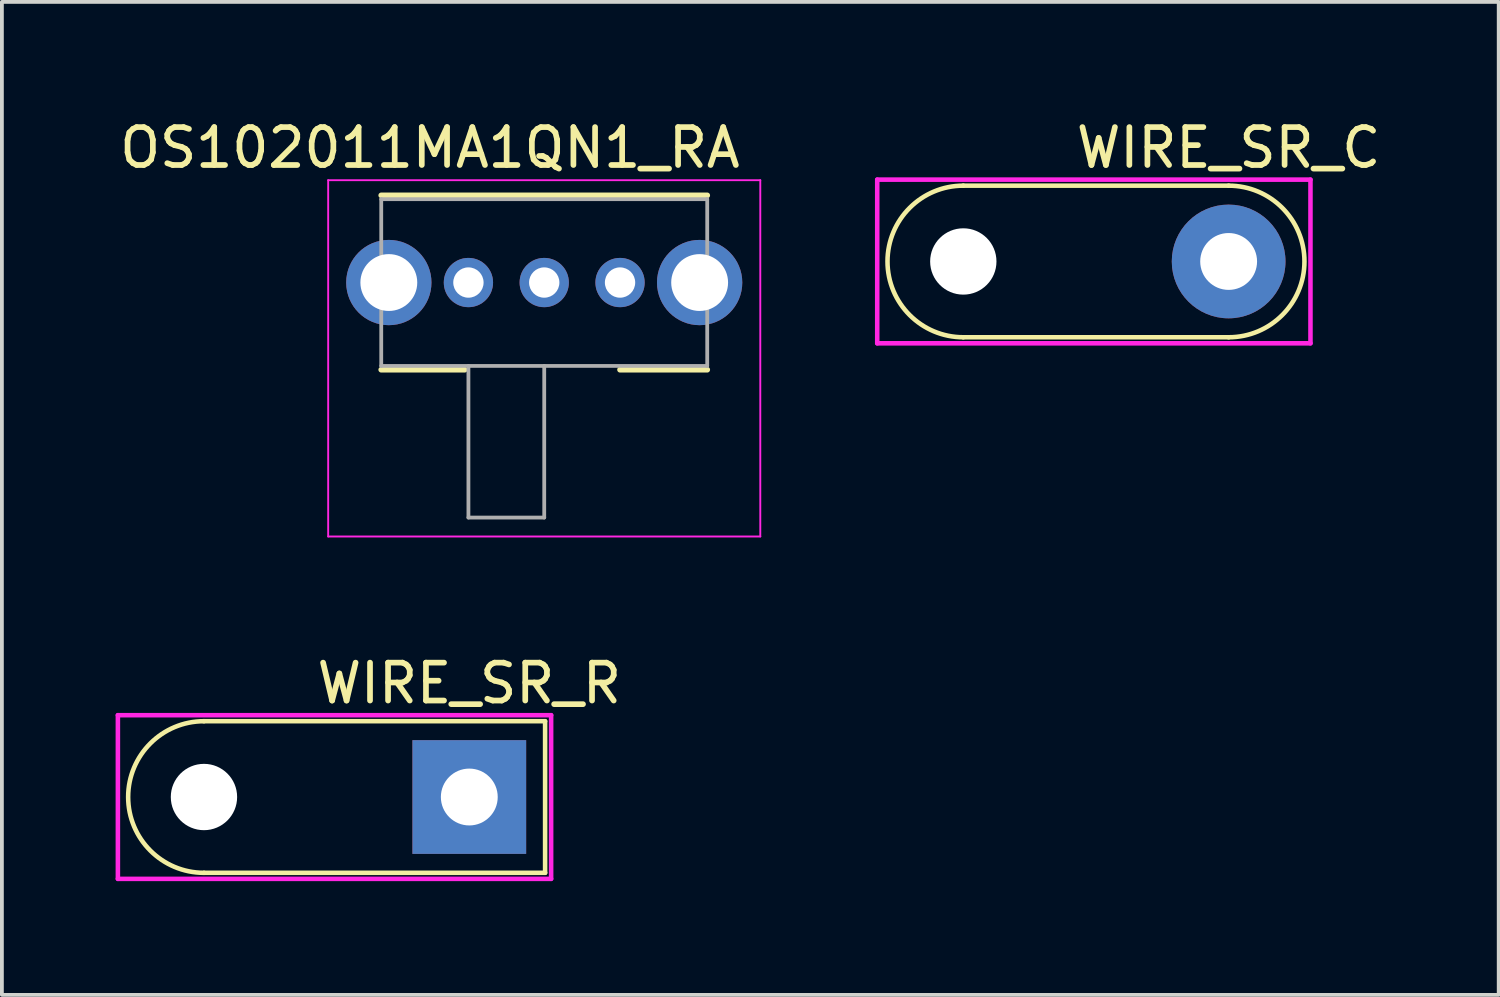
<source format=kicad_pcb>
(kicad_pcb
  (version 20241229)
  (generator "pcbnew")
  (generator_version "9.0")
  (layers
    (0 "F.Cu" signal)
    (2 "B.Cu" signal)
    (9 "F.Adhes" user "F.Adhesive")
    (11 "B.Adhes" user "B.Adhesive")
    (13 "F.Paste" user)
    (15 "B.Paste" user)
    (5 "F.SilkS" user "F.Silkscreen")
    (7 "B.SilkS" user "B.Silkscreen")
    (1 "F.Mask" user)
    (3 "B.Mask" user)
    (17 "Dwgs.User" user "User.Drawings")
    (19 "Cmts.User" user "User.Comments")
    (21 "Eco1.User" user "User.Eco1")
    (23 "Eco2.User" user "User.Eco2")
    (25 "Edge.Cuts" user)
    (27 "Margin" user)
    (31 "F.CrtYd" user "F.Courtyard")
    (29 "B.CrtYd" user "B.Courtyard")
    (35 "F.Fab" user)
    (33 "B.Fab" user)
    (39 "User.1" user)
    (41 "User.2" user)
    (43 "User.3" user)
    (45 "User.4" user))
  (footprint "WIRE_SR_C"
    (layer "F.Cu")
    (at 29.364 3.848)
    (property "Reference" "WIRE_SR_C" (at 0 -3 0) (layer "F.SilkS") (effects (font (size 1 1) (thickness 0.15))))
    (attr through_hole)
    (fp_line (start -7 -2) (end 0 -2) (stroke (width 0.12) (type solid)) (layer "F.SilkS"))
    (fp_line (start -7 2) (end 0 2) (stroke (width 0.12) (type solid)) (layer "F.SilkS"))
    (fp_arc (start -7 2) (mid -9 0) (end -7 -2) (stroke (width 0.12) (type solid)) (layer "F.SilkS"))
    (fp_arc (start 0 -2) (mid 2 0) (end 0 2) (stroke (width 0.12) (type solid)) (layer "F.SilkS"))
    (fp_line (start -9.271 -2.159) (end 2.159 -2.159) (stroke (width 0.12) (type solid)) (layer "F.CrtYd"))
    (fp_line (start -9.271 2.159) (end -9.271 -2.159) (stroke (width 0.12) (type solid)) (layer "F.CrtYd"))
    (fp_line (start 2.159 -2.159) (end 2.159 2.159) (stroke (width 0.12) (type solid)) (layer "F.CrtYd"))
    (fp_line (start 2.159 2.159) (end -9.271 2.159) (stroke (width 0.12) (type solid)) (layer "F.CrtYd"))
    (pad "" np_thru_hole circle (at -7 0) (size 1.75 1.75) (drill 1.75) (layers "*.Cu" "*.Mask"))
    (pad "1" thru_hole circle (at 0 0) (size 3 3) (drill 1.5) (layers "*.Cu" "*.Mask")))
  (footprint "WIRE_SR_R"
    (layer "F.Cu")
    (at 9.331 17.977)
    (property "Reference" "WIRE_SR_R" (at 0 -3 0) (layer "F.SilkS") (effects (font (size 1 1) (thickness 0.15))))
    (attr through_hole)
    (fp_line (start -7 -2) (end 2 -2) (stroke (width 0.12) (type solid)) (layer "F.SilkS"))
    (fp_line (start -7 2) (end 2 2) (stroke (width 0.12) (type solid)) (layer "F.SilkS"))
    (fp_line (start 2 2) (end 2 -2) (stroke (width 0.12) (type solid)) (layer "F.SilkS"))
    (fp_arc (start -7 2) (mid -9 0) (end -7 -2) (stroke (width 0.12) (type solid)) (layer "F.SilkS"))
    (fp_line (start -9.271 -2.159) (end 2.159 -2.159) (stroke (width 0.12) (type solid)) (layer "F.CrtYd"))
    (fp_line (start -9.271 2.159) (end -9.271 -2.159) (stroke (width 0.12) (type solid)) (layer "F.CrtYd"))
    (fp_line (start 2.159 -2.159) (end 2.159 2.159) (stroke (width 0.12) (type solid)) (layer "F.CrtYd"))
    (fp_line (start 2.159 2.159) (end -9.271 2.159) (stroke (width 0.12) (type solid)) (layer "F.CrtYd"))
    (pad "" np_thru_hole circle (at -7 0) (size 1.75 1.75) (drill 1.75) (layers "*.Cu" "*.Mask"))
    (pad "1" thru_hole rect (at 0 0) (size 3 3) (drill 1.5) (layers "*.Cu" "*.Mask")))
  (footprint "OS102011MA1QN1_RA"
    (layer "F.Cu")
    (at 9.308 4.404)
    (property "Reference" "OS102011MA1QN1_RA" (at -1.016 -3.556 0) (layer "F.SilkS") (effects (font (size 1 1) (thickness 0.15))))
    (attr through_hole)
    (fp_line (start -2.3 -2.3) (end 6.3 -2.3) (stroke (width 0.15) (type solid)) (layer "F.SilkS"))
    (fp_line (start -2.3 2.3) (end -0.1 2.3) (stroke (width 0.15) (type solid)) (layer "F.SilkS"))
    (fp_line (start 4 2.3) (end 6.3 2.3) (stroke (width 0.15) (type solid)) (layer "F.SilkS"))
    (fp_line (start -3.7 -2.7) (end 7.7 -2.7) (stroke (width 0.05) (type solid)) (layer "F.CrtYd"))
    (fp_line (start -3.7 6.7) (end -3.7 -2.7) (stroke (width 0.05) (type solid)) (layer "F.CrtYd"))
    (fp_line (start 7.7 -2.7) (end 7.7 6.7) (stroke (width 0.05) (type solid)) (layer "F.CrtYd"))
    (fp_line (start 7.7 6.7) (end -3.7 6.7) (stroke (width 0.05) (type solid)) (layer "F.CrtYd"))
    (fp_line (start -2.3 -2.2) (end -2.3 2.2) (stroke (width 0.1) (type solid)) (layer "F.Fab"))
    (fp_line (start -2.3 -2.2) (end 6.3 -2.2) (stroke (width 0.1) (type solid)) (layer "F.Fab"))
    (fp_line (start -2.3 2.2) (end 6.3 2.2) (stroke (width 0.1) (type solid)) (layer "F.Fab"))
    (fp_line (start 0 6.2) (end 0 2.2) (stroke (width 0.1) (type solid)) (layer "F.Fab"))
    (fp_line (start 2 2.2) (end 2 6.2) (stroke (width 0.1) (type solid)) (layer "F.Fab"))
    (fp_line (start 2 6.2) (end 0 6.2) (stroke (width 0.1) (type solid)) (layer "F.Fab"))
    (fp_line (start 6.3 2.2) (end 6.3 -2.2) (stroke (width 0.1) (type solid)) (layer "F.Fab"))
    (pad "" thru_hole circle (at -2.1 0) (size 2.25 2.25) (drill 1.5) (layers "*.Cu" "*.Mask"))
    (pad "" thru_hole circle (at 6.1 0) (size 2.25 2.25) (drill 1.5) (layers "*.Cu" "*.Mask"))
    (pad "1" thru_hole circle (at 4 0) (size 1.3 1.3) (drill 0.8) (layers "*.Cu" "*.Mask"))
    (pad "2" thru_hole circle (at 2 0) (size 1.3 1.3) (drill 0.8) (layers "*.Cu" "*.Mask"))
    (pad "3" thru_hole circle (at 0 0) (size 1.3 1.3) (drill 0.8) (layers "*.Cu" "*.Mask")))
  (gr_rect
    (start -3 -3)
    (end 36.489 23.197)
    (stroke (width 0.1) (type default))
    (fill no)
    (layer "Edge.Cuts")))
</source>
